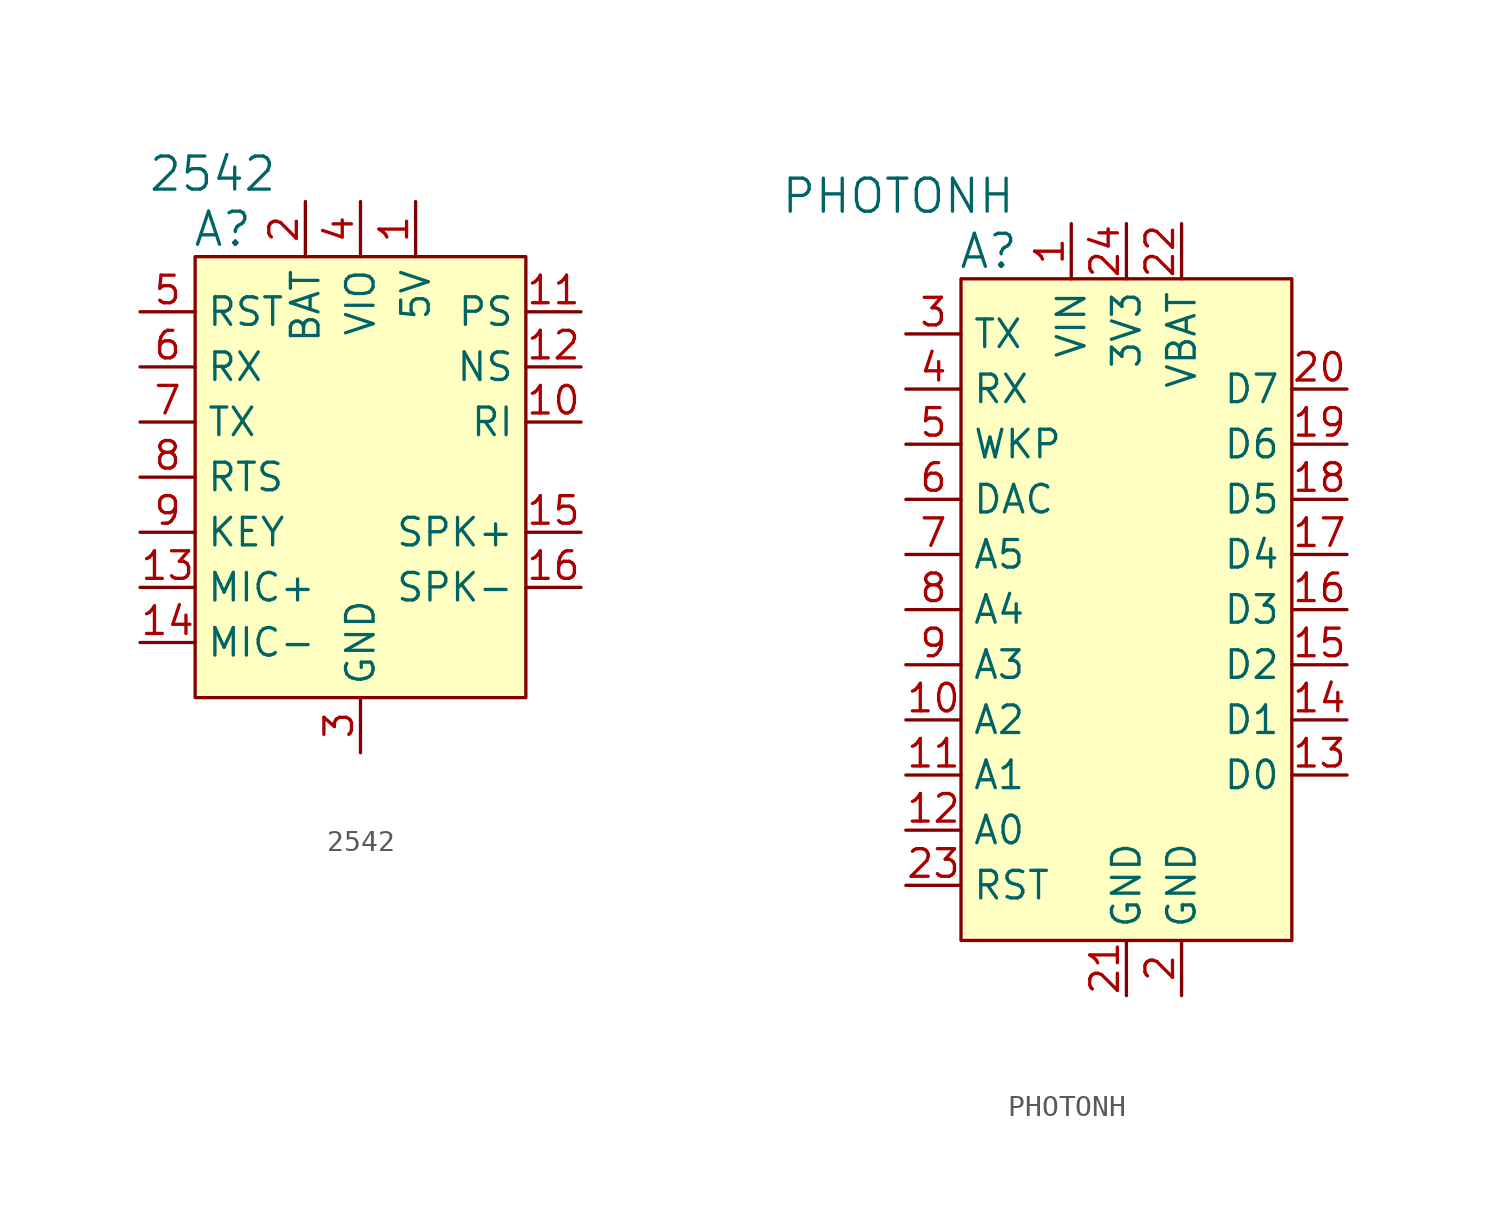
<source format=kicad_sym>
(kicad_symbol_lib
  (version 20220914)
  (generator kicad_symbol_editor)
  (symbol "2542"
    (property "Reference" "A"
      (at -6.35 11.43 0)
      (effects (font (size 1.524 1.524))))
    (property "Value" "2542"
      (at -3.81 13.97 0)
      (effects (font (size 1.524 1.524)) (justify right)))
    (symbol "2542_0_1"
      (rectangle (start -7.62 10.16) (end 7.62 -10.16) (stroke (width 0) (type solid)) (fill (type background))))
    (symbol "2542_1_1"
      (pin power_in line (at 2.54 12.7 270) (length 2.54) (name "5V" (effects (font (size 1.27 1.27)))) (number "1" (effects (font (size 1.27 1.27)))))
      (pin output line (at 10.16 2.54 180) (length 2.54) (name "RI" (effects (font (size 1.27 1.27)))) (number "10" (effects (font (size 1.27 1.27)))))
      (pin output line (at 10.16 7.62 180) (length 2.54) (name "PS" (effects (font (size 1.27 1.27)))) (number "11" (effects (font (size 1.27 1.27)))))
      (pin input line (at 10.16 5.08 180) (length 2.54) (name "NS" (effects (font (size 1.27 1.27)))) (number "12" (effects (font (size 1.27 1.27)))))
      (pin power_in line (at -10.16 -5.08 0) (length 2.54) (name "MIC+" (effects (font (size 1.27 1.27)))) (number "13" (effects (font (size 1.27 1.27)))))
      (pin power_in line (at -10.16 -7.62 0) (length 2.54) (name "MIC-" (effects (font (size 1.27 1.27)))) (number "14" (effects (font (size 1.27 1.27)))))
      (pin power_in line (at 10.16 -2.54 180) (length 2.54) (name "SPK+" (effects (font (size 1.27 1.27)))) (number "15" (effects (font (size 1.27 1.27)))))
      (pin power_in line (at 10.16 -5.08 180) (length 2.54) (name "SPK-" (effects (font (size 1.27 1.27)))) (number "16" (effects (font (size 1.27 1.27)))))
      (pin passive line (at -2.54 12.7 270) (length 2.54) (name "BAT" (effects (font (size 1.27 1.27)))) (number "2" (effects (font (size 1.27 1.27)))))
      (pin power_in line (at 0 -12.7 90) (length 2.54) (name "GND" (effects (font (size 1.27 1.27)))) (number "3" (effects (font (size 1.27 1.27)))))
      (pin power_in line (at 0 12.7 270) (length 2.54) (name "VIO" (effects (font (size 1.27 1.27)))) (number "4" (effects (font (size 1.27 1.27)))))
      (pin input line (at -10.16 7.62 0) (length 2.54) (name "RST" (effects (font (size 1.27 1.27)))) (number "5" (effects (font (size 1.27 1.27)))))
      (pin input line (at -10.16 5.08 0) (length 2.54) (name "RX" (effects (font (size 1.27 1.27)))) (number "6" (effects (font (size 1.27 1.27)))))
      (pin output line (at -10.16 2.54 0) (length 2.54) (name "TX" (effects (font (size 1.27 1.27)))) (number "7" (effects (font (size 1.27 1.27)))))
      (pin input line (at -10.16 0 0) (length 2.54) (name "RTS" (effects (font (size 1.27 1.27)))) (number "8" (effects (font (size 1.27 1.27)))))
      (pin input line (at -10.16 -2.54 0) (length 2.54) (name "KEY" (effects (font (size 1.27 1.27)))) (number "9" (effects (font (size 1.27 1.27)))))))
  (symbol "PHOTONH"
    (property "Reference" "A"
      (at -6.35 13.97 0)
      (effects (font (size 1.524 1.524))))
    (property "Value" "PHOTONH"
      (at -5.08 16.51 0)
      (effects (font (size 1.524 1.524)) (justify right)))
    (symbol "PHOTONH_0_1"
      (rectangle (start -7.62 12.7) (end 7.62 -17.78) (stroke (width 0) (type solid)) (fill (type background))))
    (symbol "PHOTONH_1_1"
      (pin power_in line (at -2.54 15.24 270) (length 2.54) (name "VIN" (effects (font (size 1.27 1.27)))) (number "1" (effects (font (size 1.27 1.27)))))
      (pin bidirectional line (at -10.16 -7.62 0) (length 2.54) (name "A2" (effects (font (size 1.27 1.27)))) (number "10" (effects (font (size 1.27 1.27)))))
      (pin bidirectional line (at -10.16 -10.16 0) (length 2.54) (name "A1" (effects (font (size 1.27 1.27)))) (number "11" (effects (font (size 1.27 1.27)))))
      (pin bidirectional line (at -10.16 -12.7 0) (length 2.54) (name "A0" (effects (font (size 1.27 1.27)))) (number "12" (effects (font (size 1.27 1.27)))))
      (pin bidirectional line (at 10.16 -10.16 180) (length 2.54) (name "D0" (effects (font (size 1.27 1.27)))) (number "13" (effects (font (size 1.27 1.27)))))
      (pin bidirectional line (at 10.16 -7.62 180) (length 2.54) (name "D1" (effects (font (size 1.27 1.27)))) (number "14" (effects (font (size 1.27 1.27)))))
      (pin bidirectional line (at 10.16 -5.08 180) (length 2.54) (name "D2" (effects (font (size 1.27 1.27)))) (number "15" (effects (font (size 1.27 1.27)))))
      (pin bidirectional line (at 10.16 -2.54 180) (length 2.54) (name "D3" (effects (font (size 1.27 1.27)))) (number "16" (effects (font (size 1.27 1.27)))))
      (pin bidirectional line (at 10.16 0 180) (length 2.54) (name "D4" (effects (font (size 1.27 1.27)))) (number "17" (effects (font (size 1.27 1.27)))))
      (pin bidirectional line (at 10.16 2.54 180) (length 2.54) (name "D5" (effects (font (size 1.27 1.27)))) (number "18" (effects (font (size 1.27 1.27)))))
      (pin bidirectional line (at 10.16 5.08 180) (length 2.54) (name "D6" (effects (font (size 1.27 1.27)))) (number "19" (effects (font (size 1.27 1.27)))))
      (pin power_in line (at 2.54 -20.32 90) (length 2.54) (name "GND" (effects (font (size 1.27 1.27)))) (number "2" (effects (font (size 1.27 1.27)))))
      (pin bidirectional line (at 10.16 7.62 180) (length 2.54) (name "D7" (effects (font (size 1.27 1.27)))) (number "20" (effects (font (size 1.27 1.27)))))
      (pin power_in line (at 0 -20.32 90) (length 2.54) (name "GND" (effects (font (size 1.27 1.27)))) (number "21" (effects (font (size 1.27 1.27)))))
      (pin power_in line (at 2.54 15.24 270) (length 2.54) (name "VBAT" (effects (font (size 1.27 1.27)))) (number "22" (effects (font (size 1.27 1.27)))))
      (pin input line (at -10.16 -15.24 0) (length 2.54) (name "RST" (effects (font (size 1.27 1.27)))) (number "23" (effects (font (size 1.27 1.27)))))
      (pin power_in line (at 0 15.24 270) (length 2.54) (name "3V3" (effects (font (size 1.27 1.27)))) (number "24" (effects (font (size 1.27 1.27)))))
      (pin bidirectional line (at -10.16 10.16 0) (length 2.54) (name "TX" (effects (font (size 1.27 1.27)))) (number "3" (effects (font (size 1.27 1.27)))))
      (pin bidirectional line (at -10.16 7.62 0) (length 2.54) (name "RX" (effects (font (size 1.27 1.27)))) (number "4" (effects (font (size 1.27 1.27)))))
      (pin bidirectional line (at -10.16 5.08 0) (length 2.54) (name "WKP" (effects (font (size 1.27 1.27)))) (number "5" (effects (font (size 1.27 1.27)))))
      (pin bidirectional line (at -10.16 2.54 0) (length 2.54) (name "DAC" (effects (font (size 1.27 1.27)))) (number "6" (effects (font (size 1.27 1.27)))))
      (pin bidirectional line (at -10.16 0 0) (length 2.54) (name "A5" (effects (font (size 1.27 1.27)))) (number "7" (effects (font (size 1.27 1.27)))))
      (pin bidirectional line (at -10.16 -2.54 0) (length 2.54) (name "A4" (effects (font (size 1.27 1.27)))) (number "8" (effects (font (size 1.27 1.27)))))
      (pin bidirectional line (at -10.16 -5.08 0) (length 2.54) (name "A3" (effects (font (size 1.27 1.27)))) (number "9" (effects (font (size 1.27 1.27))))))))
</source>
